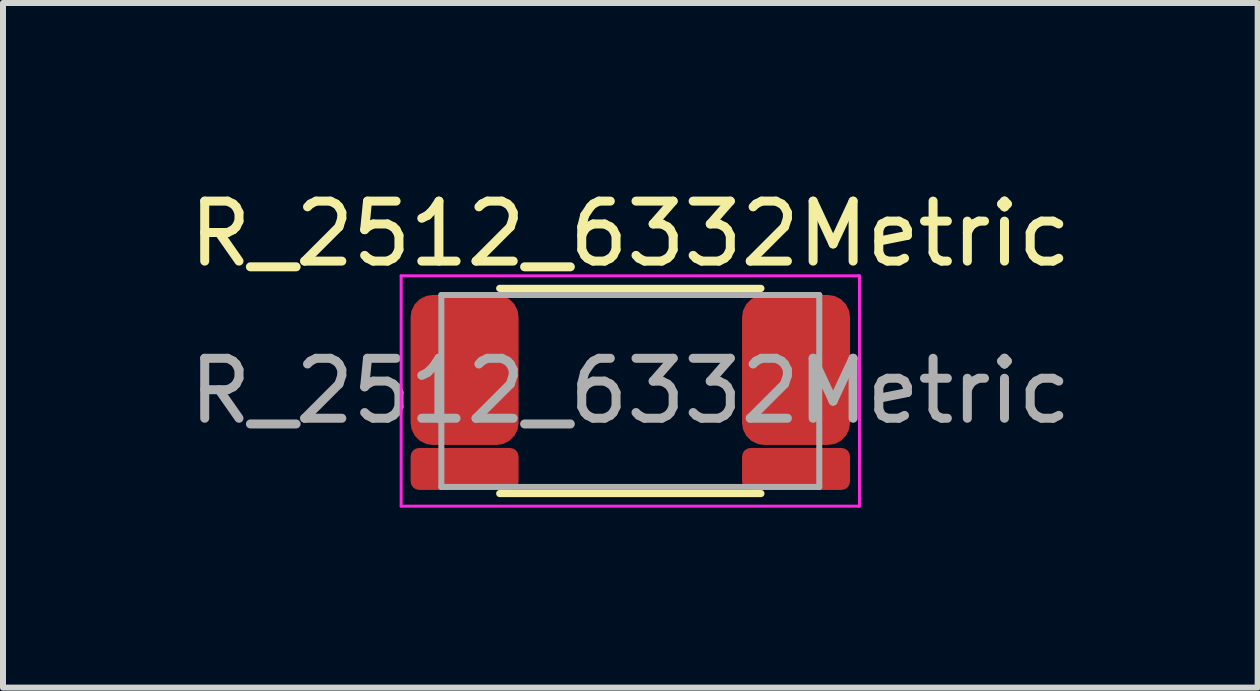
<source format=kicad_pcb>
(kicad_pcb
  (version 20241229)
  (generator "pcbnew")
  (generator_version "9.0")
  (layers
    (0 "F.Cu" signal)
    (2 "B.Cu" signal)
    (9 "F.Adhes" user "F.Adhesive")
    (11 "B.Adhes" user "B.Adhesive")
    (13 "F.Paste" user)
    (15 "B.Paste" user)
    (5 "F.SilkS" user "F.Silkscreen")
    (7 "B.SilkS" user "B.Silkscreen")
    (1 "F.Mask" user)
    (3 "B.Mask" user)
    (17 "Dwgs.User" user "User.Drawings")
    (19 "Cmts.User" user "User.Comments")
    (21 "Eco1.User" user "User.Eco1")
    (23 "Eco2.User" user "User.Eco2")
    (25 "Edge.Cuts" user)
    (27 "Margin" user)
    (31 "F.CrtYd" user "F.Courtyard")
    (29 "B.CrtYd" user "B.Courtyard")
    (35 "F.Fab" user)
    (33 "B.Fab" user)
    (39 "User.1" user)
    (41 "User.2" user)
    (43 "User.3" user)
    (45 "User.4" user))
  (footprint "R_2512_6332Metric"
    (layer "F.Cu")
    (at 7.458 3.468)
    (property "Reference" "R_2512_6332Metric" (at 0 -2.62 0) (layer "F.SilkS") (effects (font (size 1 1) (thickness 0.15))))
    (attr smd)
    (fp_line (start -2.177 -1.71) (end 2.177 -1.71) (stroke (width 0.12) (type solid)) (layer "F.SilkS"))
    (fp_line (start -2.177 1.71) (end 2.177 1.71) (stroke (width 0.12) (type solid)) (layer "F.SilkS"))
    (fp_line (start -3.82 -1.92) (end 3.82 -1.92) (stroke (width 0.05) (type solid)) (layer "F.CrtYd"))
    (fp_line (start -3.82 1.92) (end -3.82 -1.92) (stroke (width 0.05) (type solid)) (layer "F.CrtYd"))
    (fp_line (start 3.82 -1.92) (end 3.82 1.92) (stroke (width 0.05) (type solid)) (layer "F.CrtYd"))
    (fp_line (start 3.82 1.92) (end -3.82 1.92) (stroke (width 0.05) (type solid)) (layer "F.CrtYd"))
    (fp_line (start -3.15 -1.6) (end 3.15 -1.6) (stroke (width 0.1) (type solid)) (layer "F.Fab"))
    (fp_line (start -3.15 1.6) (end -3.15 -1.6) (stroke (width 0.1) (type solid)) (layer "F.Fab"))
    (fp_line (start 3.15 -1.6) (end 3.15 1.6) (stroke (width 0.1) (type solid)) (layer "F.Fab"))
    (fp_line (start 3.15 1.6) (end -3.15 1.6) (stroke (width 0.1) (type solid)) (layer "F.Fab"))
    (fp_text user "${REFERENCE}" (at 0 0 0) (layer "F.Fab") (effects (font (size 1 1) (thickness 0.15))))
    (pad "1" smd roundrect (at 2.763 -0.35) (size 1.8 2.5) (layers "F.Cu" "F.Mask" "F.Paste") (roundrect_rratio 0.204))
    (pad "2" smd roundrect (at 2.763 1.3) (size 1.8 0.7) (layers "F.Cu" "F.Mask" "F.Paste") (roundrect_rratio 0.204))
    (pad "3" smd roundrect (at -2.763 1.3) (size 1.8 0.7) (layers "F.Cu" "F.Mask" "F.Paste") (roundrect_rratio 0.204))
    (pad "4" smd roundrect (at -2.763 -0.35) (size 1.8 2.5) (layers "F.Cu" "F.Mask" "F.Paste") (roundrect_rratio 0.204)))
  (gr_rect
    (start -3 -3)
    (end 17.917 8.413)
    (stroke (width 0.1) (type default))
    (fill no)
    (layer "Edge.Cuts")))
</source>
